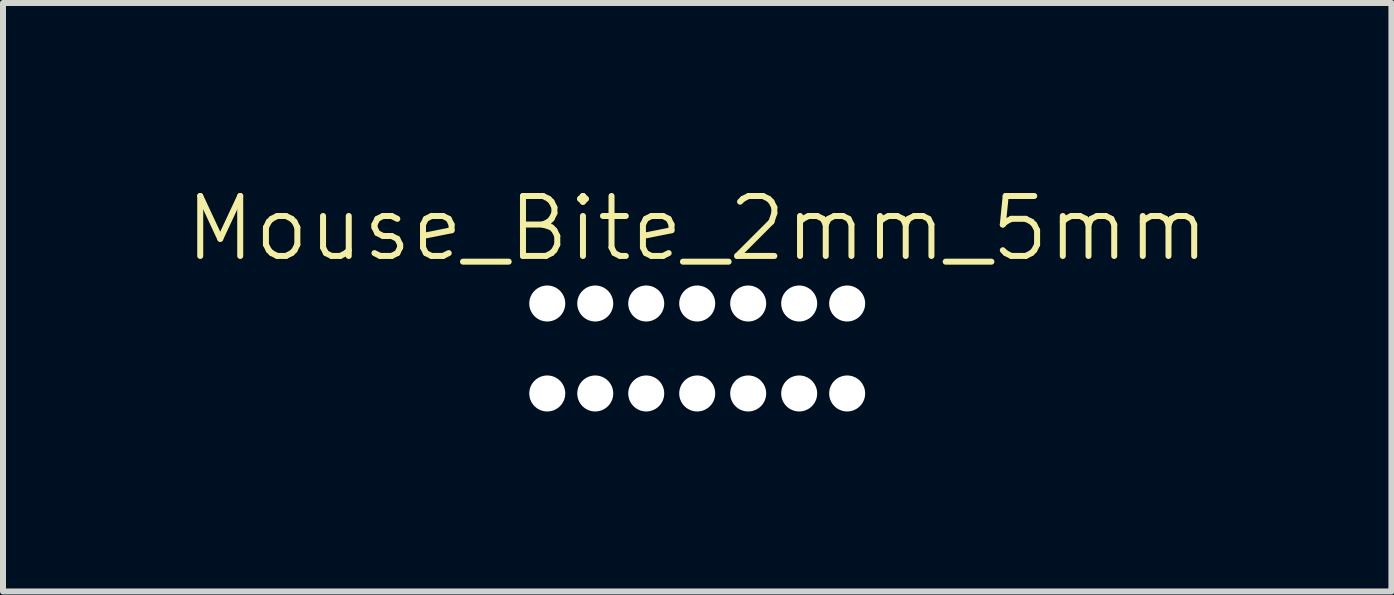
<source format=kicad_pcb>
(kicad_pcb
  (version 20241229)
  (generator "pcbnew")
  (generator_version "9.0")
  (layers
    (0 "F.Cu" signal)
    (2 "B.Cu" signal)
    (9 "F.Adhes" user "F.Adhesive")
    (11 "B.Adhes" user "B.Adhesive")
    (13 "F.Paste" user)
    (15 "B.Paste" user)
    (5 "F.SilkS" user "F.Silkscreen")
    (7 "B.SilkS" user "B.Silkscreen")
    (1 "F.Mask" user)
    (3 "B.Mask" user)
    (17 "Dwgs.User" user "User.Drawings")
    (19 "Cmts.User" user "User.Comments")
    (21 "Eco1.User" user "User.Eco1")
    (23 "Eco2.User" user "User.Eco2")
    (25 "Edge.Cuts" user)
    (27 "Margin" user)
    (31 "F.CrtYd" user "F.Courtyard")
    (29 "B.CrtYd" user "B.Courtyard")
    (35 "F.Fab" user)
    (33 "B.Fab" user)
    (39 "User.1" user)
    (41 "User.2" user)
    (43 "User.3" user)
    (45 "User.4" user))
  (footprint "Mouse_Bite_2mm_5mm"
    (layer "F.Cu")
    (at 8.574 2.76)
    (property "Reference" "Mouse_Bite_2mm_5mm" (at 0 -2 0) (unlocked yes) (layer "F.SilkS") (effects (font (size 1 1) (thickness 0.1))))
    (attr smd)
    (fp_line (start 3.5 -1) (end -3.5 -1) (stroke (width 0.1) (type default)) (layer "Eco1.User"))
    (fp_line (start 3.5 1) (end -3.5 1) (stroke (width 0.1) (type default)) (layer "Eco1.User"))
    (fp_arc (start -3.5 -1) (mid -2.5 0) (end -3.5 1) (stroke (width 0.1) (type default)) (layer "Eco1.User"))
    (fp_arc (start 3.5 1) (mid 2.5 0) (end 3.5 -1) (stroke (width 0.1) (type default)) (layer "Eco1.User"))
    (pad "" np_thru_hole circle (at -2.5 -0.75) (size 0.6 0.6) (drill 0.6) (layers "*.Cu" "*.Mask"))
    (pad "" np_thru_hole circle (at -2.5 0.75) (size 0.6 0.6) (drill 0.6) (layers "*.Cu" "*.Mask"))
    (pad "" np_thru_hole circle (at -1.7 -0.75) (size 0.6 0.6) (drill 0.6) (layers "*.Cu" "*.Mask"))
    (pad "" np_thru_hole circle (at -1.7 0.75) (size 0.6 0.6) (drill 0.6) (layers "*.Cu" "*.Mask"))
    (pad "" np_thru_hole circle (at -0.85 -0.75) (size 0.6 0.6) (drill 0.6) (layers "*.Cu" "*.Mask"))
    (pad "" np_thru_hole circle (at -0.85 0.75) (size 0.6 0.6) (drill 0.6) (layers "*.Cu" "*.Mask"))
    (pad "" np_thru_hole circle (at 0 -0.75) (size 0.6 0.6) (drill 0.6) (layers "*.Cu" "*.Mask"))
    (pad "" np_thru_hole circle (at 0 0.75) (size 0.6 0.6) (drill 0.6) (layers "*.Cu" "*.Mask"))
    (pad "" np_thru_hole circle (at 0.85 -0.75) (size 0.6 0.6) (drill 0.6) (layers "*.Cu" "*.Mask"))
    (pad "" np_thru_hole circle (at 0.85 0.75) (size 0.6 0.6) (drill 0.6) (layers "*.Cu" "*.Mask"))
    (pad "" np_thru_hole circle (at 1.7 -0.75) (size 0.6 0.6) (drill 0.6) (layers "*.Cu" "*.Mask"))
    (pad "" np_thru_hole circle (at 1.7 0.75) (size 0.6 0.6) (drill 0.6) (layers "*.Cu" "*.Mask"))
    (pad "" np_thru_hole circle (at 2.5 -0.75) (size 0.6 0.6) (drill 0.6) (layers "*.Cu" "*.Mask"))
    (pad "" np_thru_hole circle (at 2.5 0.75) (size 0.6 0.6) (drill 0.6) (layers "*.Cu" "*.Mask")))
  (gr_rect
    (start -3 -3)
    (end 20.148 6.811)
    (stroke (width 0.1) (type default))
    (fill no)
    (layer "Edge.Cuts")))
</source>
